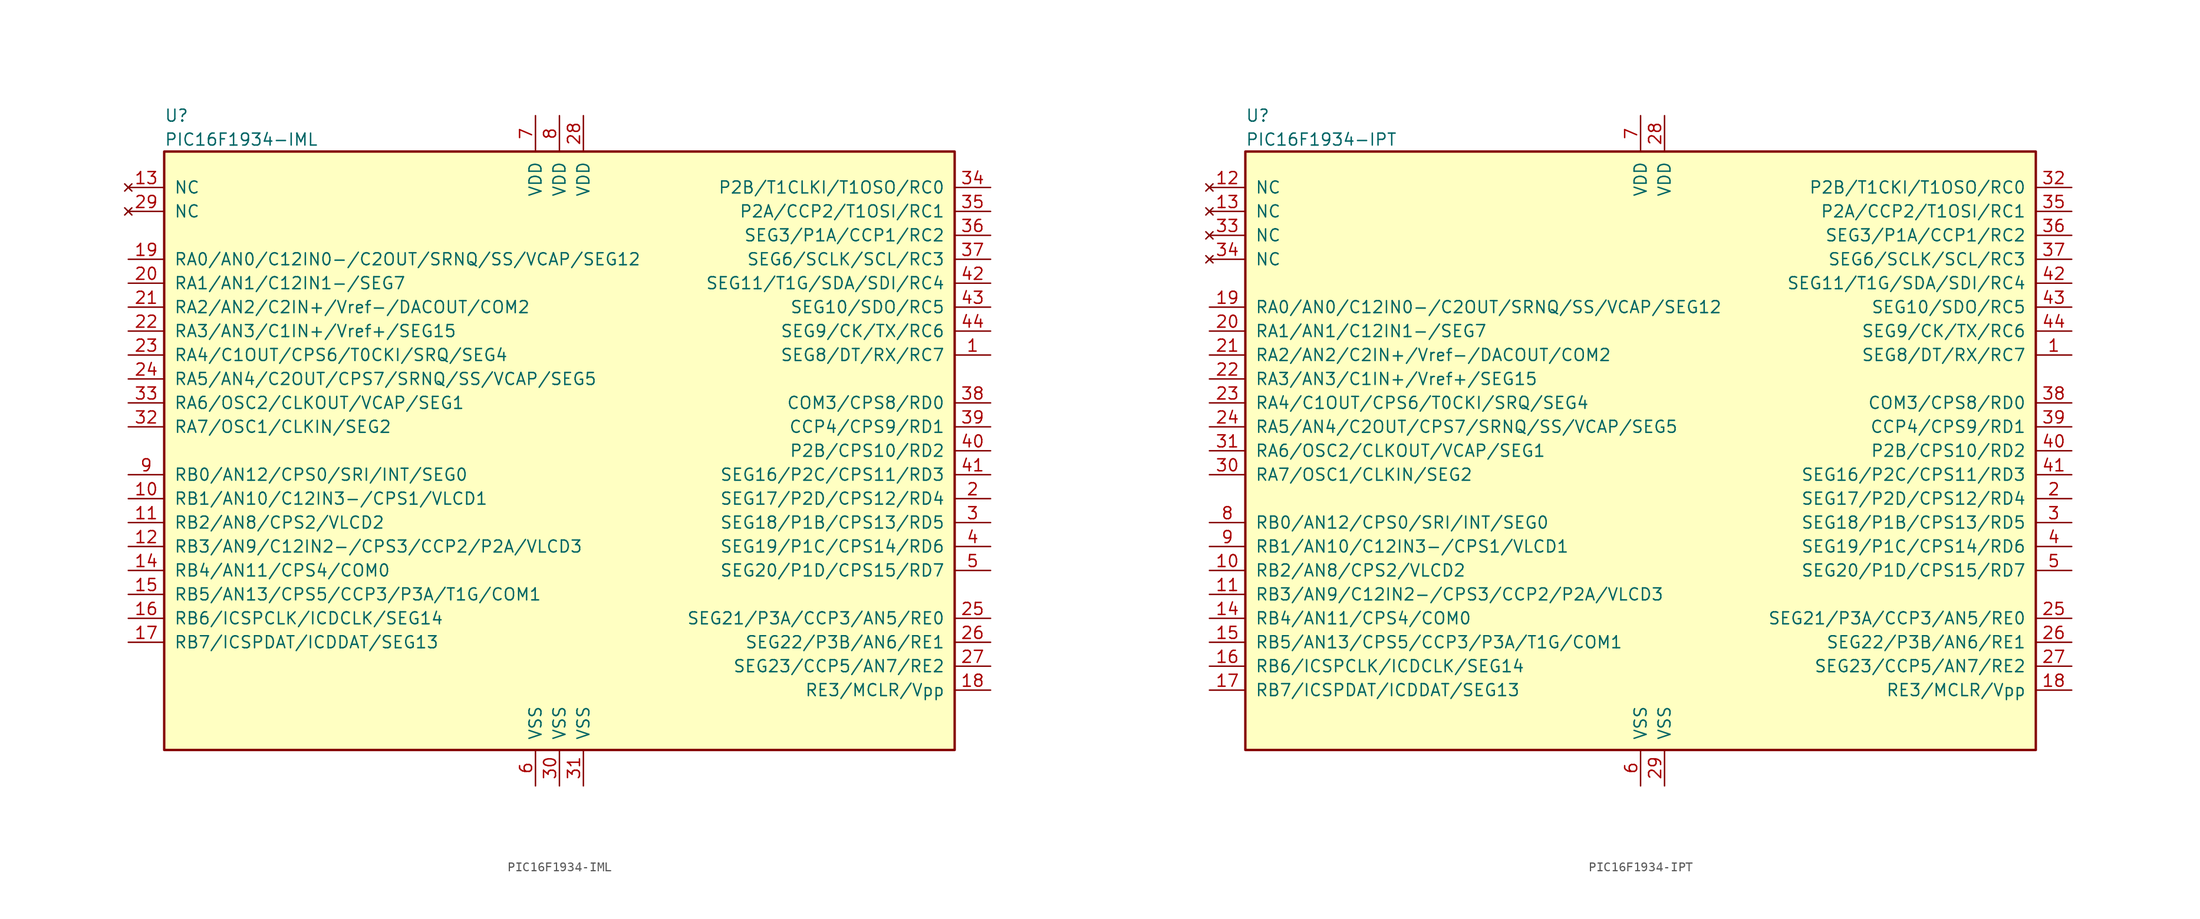
<source format=kicad_sym>
(kicad_symbol_lib
  (version 20220914)
  (generator kicad_symbol_editor)
  (symbol "PIC16F1934-IML"
    (pin_names
      (offset 1.016))
    (property "Reference" "U"
      (at -41.91 35.56 0)
      (effects (font (size 1.27 1.27)) (justify left)))
    (property "Value" "PIC16F1934-IML"
      (at -41.91 33.02 0)
      (effects (font (size 1.27 1.27)) (justify left)))
    (symbol "PIC16F1934-IML_0_1"
      (rectangle (start -41.91 31.75) (end 41.91 -31.75) (stroke (width 0.254) (type default)) (fill (type background))))
    (symbol "PIC16F1934-IML_1_1"
      (pin bidirectional line (at 45.72 10.16 180) (length 3.81) (name "SEG8/DT/RX/RC7" (effects (font (size 1.27 1.27)))) (number "1" (effects (font (size 1.27 1.27)))))
      (pin bidirectional line (at -45.72 -5.08 0) (length 3.81) (name "RB1/AN10/C12IN3-/CPS1/VLCD1" (effects (font (size 1.27 1.27)))) (number "10" (effects (font (size 1.27 1.27)))))
      (pin bidirectional line (at -45.72 -7.62 0) (length 3.81) (name "RB2/AN8/CPS2/VLCD2" (effects (font (size 1.27 1.27)))) (number "11" (effects (font (size 1.27 1.27)))))
      (pin bidirectional line (at -45.72 -10.16 0) (length 3.81) (name "RB3/AN9/C12IN2-/CPS3/CCP2/P2A/VLCD3" (effects (font (size 1.27 1.27)))) (number "12" (effects (font (size 1.27 1.27)))))
      (pin no_connect line (at -45.72 27.94 0) (length 3.81) (name "NC" (effects (font (size 1.27 1.27)))) (number "13" (effects (font (size 1.27 1.27)))))
      (pin bidirectional line (at -45.72 -12.7 0) (length 3.81) (name "RB4/AN11/CPS4/COM0" (effects (font (size 1.27 1.27)))) (number "14" (effects (font (size 1.27 1.27)))))
      (pin bidirectional line (at -45.72 -15.24 0) (length 3.81) (name "RB5/AN13/CPS5/CCP3/P3A/T1G/COM1" (effects (font (size 1.27 1.27)))) (number "15" (effects (font (size 1.27 1.27)))))
      (pin bidirectional line (at -45.72 -17.78 0) (length 3.81) (name "RB6/ICSPCLK/ICDCLK/SEG14" (effects (font (size 1.27 1.27)))) (number "16" (effects (font (size 1.27 1.27)))))
      (pin bidirectional line (at -45.72 -20.32 0) (length 3.81) (name "RB7/ICSPDAT/ICDDAT/SEG13" (effects (font (size 1.27 1.27)))) (number "17" (effects (font (size 1.27 1.27)))))
      (pin bidirectional line (at 45.72 -25.4 180) (length 3.81) (name "RE3/MCLR/Vpp" (effects (font (size 1.27 1.27)))) (number "18" (effects (font (size 1.27 1.27)))))
      (pin bidirectional line (at -45.72 20.32 0) (length 3.81) (name "RA0/AN0/C12IN0-/C2OUT/SRNQ/SS/VCAP/SEG12" (effects (font (size 1.27 1.27)))) (number "19" (effects (font (size 1.27 1.27)))))
      (pin bidirectional line (at 45.72 -5.08 180) (length 3.81) (name "SEG17/P2D/CPS12/RD4" (effects (font (size 1.27 1.27)))) (number "2" (effects (font (size 1.27 1.27)))))
      (pin bidirectional line (at -45.72 17.78 0) (length 3.81) (name "RA1/AN1/C12IN1-/SEG7" (effects (font (size 1.27 1.27)))) (number "20" (effects (font (size 1.27 1.27)))))
      (pin bidirectional line (at -45.72 15.24 0) (length 3.81) (name "RA2/AN2/C2IN+/Vref-/DACOUT/COM2" (effects (font (size 1.27 1.27)))) (number "21" (effects (font (size 1.27 1.27)))))
      (pin bidirectional line (at -45.72 12.7 0) (length 3.81) (name "RA3/AN3/C1IN+/Vref+/SEG15" (effects (font (size 1.27 1.27)))) (number "22" (effects (font (size 1.27 1.27)))))
      (pin bidirectional line (at -45.72 10.16 0) (length 3.81) (name "RA4/C1OUT/CPS6/T0CKI/SRQ/SEG4" (effects (font (size 1.27 1.27)))) (number "23" (effects (font (size 1.27 1.27)))))
      (pin bidirectional line (at -45.72 7.62 0) (length 3.81) (name "RA5/AN4/C2OUT/CPS7/SRNQ/SS/VCAP/SEG5" (effects (font (size 1.27 1.27)))) (number "24" (effects (font (size 1.27 1.27)))))
      (pin bidirectional line (at 45.72 -17.78 180) (length 3.81) (name "SEG21/P3A/CCP3/AN5/RE0" (effects (font (size 1.27 1.27)))) (number "25" (effects (font (size 1.27 1.27)))))
      (pin bidirectional line (at 45.72 -20.32 180) (length 3.81) (name "SEG22/P3B/AN6/RE1" (effects (font (size 1.27 1.27)))) (number "26" (effects (font (size 1.27 1.27)))))
      (pin bidirectional line (at 45.72 -22.86 180) (length 3.81) (name "SEG23/CCP5/AN7/RE2" (effects (font (size 1.27 1.27)))) (number "27" (effects (font (size 1.27 1.27)))))
      (pin power_in line (at 2.54 35.56 270) (length 3.81) (name "VDD" (effects (font (size 1.27 1.27)))) (number "28" (effects (font (size 1.27 1.27)))))
      (pin no_connect line (at -45.72 25.4 0) (length 3.81) (name "NC" (effects (font (size 1.27 1.27)))) (number "29" (effects (font (size 1.27 1.27)))))
      (pin bidirectional line (at 45.72 -7.62 180) (length 3.81) (name "SEG18/P1B/CPS13/RD5" (effects (font (size 1.27 1.27)))) (number "3" (effects (font (size 1.27 1.27)))))
      (pin power_in line (at 0 -35.56 90) (length 3.81) (name "VSS" (effects (font (size 1.27 1.27)))) (number "30" (effects (font (size 1.27 1.27)))))
      (pin power_in line (at 2.54 -35.56 90) (length 3.81) (name "VSS" (effects (font (size 1.27 1.27)))) (number "31" (effects (font (size 1.27 1.27)))))
      (pin bidirectional line (at -45.72 2.54 0) (length 3.81) (name "RA7/OSC1/CLKIN/SEG2" (effects (font (size 1.27 1.27)))) (number "32" (effects (font (size 1.27 1.27)))))
      (pin bidirectional line (at -45.72 5.08 0) (length 3.81) (name "RA6/OSC2/CLKOUT/VCAP/SEG1" (effects (font (size 1.27 1.27)))) (number "33" (effects (font (size 1.27 1.27)))))
      (pin bidirectional line (at 45.72 27.94 180) (length 3.81) (name "P2B/T1CLKI/T1OSO/RC0" (effects (font (size 1.27 1.27)))) (number "34" (effects (font (size 1.27 1.27)))))
      (pin bidirectional line (at 45.72 25.4 180) (length 3.81) (name "P2A/CCP2/T1OSI/RC1" (effects (font (size 1.27 1.27)))) (number "35" (effects (font (size 1.27 1.27)))))
      (pin bidirectional line (at 45.72 22.86 180) (length 3.81) (name "SEG3/P1A/CCP1/RC2" (effects (font (size 1.27 1.27)))) (number "36" (effects (font (size 1.27 1.27)))))
      (pin bidirectional line (at 45.72 20.32 180) (length 3.81) (name "SEG6/SCLK/SCL/RC3" (effects (font (size 1.27 1.27)))) (number "37" (effects (font (size 1.27 1.27)))))
      (pin bidirectional line (at 45.72 5.08 180) (length 3.81) (name "COM3/CPS8/RD0" (effects (font (size 1.27 1.27)))) (number "38" (effects (font (size 1.27 1.27)))))
      (pin bidirectional line (at 45.72 2.54 180) (length 3.81) (name "CCP4/CPS9/RD1" (effects (font (size 1.27 1.27)))) (number "39" (effects (font (size 1.27 1.27)))))
      (pin bidirectional line (at 45.72 -10.16 180) (length 3.81) (name "SEG19/P1C/CPS14/RD6" (effects (font (size 1.27 1.27)))) (number "4" (effects (font (size 1.27 1.27)))))
      (pin bidirectional line (at 45.72 0 180) (length 3.81) (name "P2B/CPS10/RD2" (effects (font (size 1.27 1.27)))) (number "40" (effects (font (size 1.27 1.27)))))
      (pin bidirectional line (at 45.72 -2.54 180) (length 3.81) (name "SEG16/P2C/CPS11/RD3" (effects (font (size 1.27 1.27)))) (number "41" (effects (font (size 1.27 1.27)))))
      (pin bidirectional line (at 45.72 17.78 180) (length 3.81) (name "SEG11/T1G/SDA/SDI/RC4" (effects (font (size 1.27 1.27)))) (number "42" (effects (font (size 1.27 1.27)))))
      (pin bidirectional line (at 45.72 15.24 180) (length 3.81) (name "SEG10/SDO/RC5" (effects (font (size 1.27 1.27)))) (number "43" (effects (font (size 1.27 1.27)))))
      (pin bidirectional line (at 45.72 12.7 180) (length 3.81) (name "SEG9/CK/TX/RC6" (effects (font (size 1.27 1.27)))) (number "44" (effects (font (size 1.27 1.27)))))
      (pin bidirectional line (at 45.72 -12.7 180) (length 3.81) (name "SEG20/P1D/CPS15/RD7" (effects (font (size 1.27 1.27)))) (number "5" (effects (font (size 1.27 1.27)))))
      (pin bidirectional line (at -2.54 -35.56 90) (length 3.81) (name "VSS" (effects (font (size 1.27 1.27)))) (number "6" (effects (font (size 1.27 1.27)))))
      (pin bidirectional line (at -2.54 35.56 270) (length 3.81) (name "VDD" (effects (font (size 1.27 1.27)))) (number "7" (effects (font (size 1.27 1.27)))))
      (pin bidirectional line (at 0 35.56 270) (length 3.81) (name "VDD" (effects (font (size 1.27 1.27)))) (number "8" (effects (font (size 1.27 1.27)))))
      (pin bidirectional line (at -45.72 -2.54 0) (length 3.81) (name "RB0/AN12/CPS0/SRI/INT/SEG0" (effects (font (size 1.27 1.27)))) (number "9" (effects (font (size 1.27 1.27)))))))
  (symbol "PIC16F1934-IPT"
    (pin_names
      (offset 1.016))
    (property "Reference" "U"
      (at -41.91 35.56 0)
      (effects (font (size 1.27 1.27)) (justify left)))
    (property "Value" "PIC16F1934-IPT"
      (at -41.91 33.02 0)
      (effects (font (size 1.27 1.27)) (justify left)))
    (symbol "PIC16F1934-IPT_0_1"
      (rectangle (start -41.91 31.75) (end 41.91 -31.75) (stroke (width 0.254) (type default)) (fill (type background))))
    (symbol "PIC16F1934-IPT_1_1"
      (pin bidirectional line (at 45.72 10.16 180) (length 3.81) (name "SEG8/DT/RX/RC7" (effects (font (size 1.27 1.27)))) (number "1" (effects (font (size 1.27 1.27)))))
      (pin bidirectional line (at -45.72 -12.7 0) (length 3.81) (name "RB2/AN8/CPS2/VLCD2" (effects (font (size 1.27 1.27)))) (number "10" (effects (font (size 1.27 1.27)))))
      (pin bidirectional line (at -45.72 -15.24 0) (length 3.81) (name "RB3/AN9/C12IN2-/CPS3/CCP2/P2A/VLCD3" (effects (font (size 1.27 1.27)))) (number "11" (effects (font (size 1.27 1.27)))))
      (pin no_connect line (at -45.72 27.94 0) (length 3.81) (name "NC" (effects (font (size 1.27 1.27)))) (number "12" (effects (font (size 1.27 1.27)))))
      (pin no_connect line (at -45.72 25.4 0) (length 3.81) (name "NC" (effects (font (size 1.27 1.27)))) (number "13" (effects (font (size 1.27 1.27)))))
      (pin bidirectional line (at -45.72 -17.78 0) (length 3.81) (name "RB4/AN11/CPS4/COM0" (effects (font (size 1.27 1.27)))) (number "14" (effects (font (size 1.27 1.27)))))
      (pin bidirectional line (at -45.72 -20.32 0) (length 3.81) (name "RB5/AN13/CPS5/CCP3/P3A/T1G/COM1" (effects (font (size 1.27 1.27)))) (number "15" (effects (font (size 1.27 1.27)))))
      (pin bidirectional line (at -45.72 -22.86 0) (length 3.81) (name "RB6/ICSPCLK/ICDCLK/SEG14" (effects (font (size 1.27 1.27)))) (number "16" (effects (font (size 1.27 1.27)))))
      (pin bidirectional line (at -45.72 -25.4 0) (length 3.81) (name "RB7/ICSPDAT/ICDDAT/SEG13" (effects (font (size 1.27 1.27)))) (number "17" (effects (font (size 1.27 1.27)))))
      (pin bidirectional line (at 45.72 -25.4 180) (length 3.81) (name "RE3/MCLR/Vpp" (effects (font (size 1.27 1.27)))) (number "18" (effects (font (size 1.27 1.27)))))
      (pin bidirectional line (at -45.72 15.24 0) (length 3.81) (name "RA0/AN0/C12IN0-/C2OUT/SRNQ/SS/VCAP/SEG12" (effects (font (size 1.27 1.27)))) (number "19" (effects (font (size 1.27 1.27)))))
      (pin bidirectional line (at 45.72 -5.08 180) (length 3.81) (name "SEG17/P2D/CPS12/RD4" (effects (font (size 1.27 1.27)))) (number "2" (effects (font (size 1.27 1.27)))))
      (pin bidirectional line (at -45.72 12.7 0) (length 3.81) (name "RA1/AN1/C12IN1-/SEG7" (effects (font (size 1.27 1.27)))) (number "20" (effects (font (size 1.27 1.27)))))
      (pin bidirectional line (at -45.72 10.16 0) (length 3.81) (name "RA2/AN2/C2IN+/Vref-/DACOUT/COM2" (effects (font (size 1.27 1.27)))) (number "21" (effects (font (size 1.27 1.27)))))
      (pin bidirectional line (at -45.72 7.62 0) (length 3.81) (name "RA3/AN3/C1IN+/Vref+/SEG15" (effects (font (size 1.27 1.27)))) (number "22" (effects (font (size 1.27 1.27)))))
      (pin bidirectional line (at -45.72 5.08 0) (length 3.81) (name "RA4/C1OUT/CPS6/T0CKI/SRQ/SEG4" (effects (font (size 1.27 1.27)))) (number "23" (effects (font (size 1.27 1.27)))))
      (pin bidirectional line (at -45.72 2.54 0) (length 3.81) (name "RA5/AN4/C2OUT/CPS7/SRNQ/SS/VCAP/SEG5" (effects (font (size 1.27 1.27)))) (number "24" (effects (font (size 1.27 1.27)))))
      (pin bidirectional line (at 45.72 -17.78 180) (length 3.81) (name "SEG21/P3A/CCP3/AN5/RE0" (effects (font (size 1.27 1.27)))) (number "25" (effects (font (size 1.27 1.27)))))
      (pin bidirectional line (at 45.72 -20.32 180) (length 3.81) (name "SEG22/P3B/AN6/RE1" (effects (font (size 1.27 1.27)))) (number "26" (effects (font (size 1.27 1.27)))))
      (pin bidirectional line (at 45.72 -22.86 180) (length 3.81) (name "SEG23/CCP5/AN7/RE2" (effects (font (size 1.27 1.27)))) (number "27" (effects (font (size 1.27 1.27)))))
      (pin power_in line (at 2.54 35.56 270) (length 3.81) (name "VDD" (effects (font (size 1.27 1.27)))) (number "28" (effects (font (size 1.27 1.27)))))
      (pin power_in line (at 2.54 -35.56 90) (length 3.81) (name "VSS" (effects (font (size 1.27 1.27)))) (number "29" (effects (font (size 1.27 1.27)))))
      (pin bidirectional line (at 45.72 -7.62 180) (length 3.81) (name "SEG18/P1B/CPS13/RD5" (effects (font (size 1.27 1.27)))) (number "3" (effects (font (size 1.27 1.27)))))
      (pin bidirectional line (at -45.72 -2.54 0) (length 3.81) (name "RA7/OSC1/CLKIN/SEG2" (effects (font (size 1.27 1.27)))) (number "30" (effects (font (size 1.27 1.27)))))
      (pin bidirectional line (at -45.72 0 0) (length 3.81) (name "RA6/OSC2/CLKOUT/VCAP/SEG1" (effects (font (size 1.27 1.27)))) (number "31" (effects (font (size 1.27 1.27)))))
      (pin bidirectional line (at 45.72 27.94 180) (length 3.81) (name "P2B/T1CKI/T1OSO/RC0" (effects (font (size 1.27 1.27)))) (number "32" (effects (font (size 1.27 1.27)))))
      (pin no_connect line (at -45.72 22.86 0) (length 3.81) (name "NC" (effects (font (size 1.27 1.27)))) (number "33" (effects (font (size 1.27 1.27)))))
      (pin no_connect line (at -45.72 20.32 0) (length 3.81) (name "NC" (effects (font (size 1.27 1.27)))) (number "34" (effects (font (size 1.27 1.27)))))
      (pin bidirectional line (at 45.72 25.4 180) (length 3.81) (name "P2A/CCP2/T1OSI/RC1" (effects (font (size 1.27 1.27)))) (number "35" (effects (font (size 1.27 1.27)))))
      (pin bidirectional line (at 45.72 22.86 180) (length 3.81) (name "SEG3/P1A/CCP1/RC2" (effects (font (size 1.27 1.27)))) (number "36" (effects (font (size 1.27 1.27)))))
      (pin bidirectional line (at 45.72 20.32 180) (length 3.81) (name "SEG6/SCLK/SCL/RC3" (effects (font (size 1.27 1.27)))) (number "37" (effects (font (size 1.27 1.27)))))
      (pin bidirectional line (at 45.72 5.08 180) (length 3.81) (name "COM3/CPS8/RD0" (effects (font (size 1.27 1.27)))) (number "38" (effects (font (size 1.27 1.27)))))
      (pin bidirectional line (at 45.72 2.54 180) (length 3.81) (name "CCP4/CPS9/RD1" (effects (font (size 1.27 1.27)))) (number "39" (effects (font (size 1.27 1.27)))))
      (pin bidirectional line (at 45.72 -10.16 180) (length 3.81) (name "SEG19/P1C/CPS14/RD6" (effects (font (size 1.27 1.27)))) (number "4" (effects (font (size 1.27 1.27)))))
      (pin bidirectional line (at 45.72 0 180) (length 3.81) (name "P2B/CPS10/RD2" (effects (font (size 1.27 1.27)))) (number "40" (effects (font (size 1.27 1.27)))))
      (pin bidirectional line (at 45.72 -2.54 180) (length 3.81) (name "SEG16/P2C/CPS11/RD3" (effects (font (size 1.27 1.27)))) (number "41" (effects (font (size 1.27 1.27)))))
      (pin bidirectional line (at 45.72 17.78 180) (length 3.81) (name "SEG11/T1G/SDA/SDI/RC4" (effects (font (size 1.27 1.27)))) (number "42" (effects (font (size 1.27 1.27)))))
      (pin bidirectional line (at 45.72 15.24 180) (length 3.81) (name "SEG10/SDO/RC5" (effects (font (size 1.27 1.27)))) (number "43" (effects (font (size 1.27 1.27)))))
      (pin bidirectional line (at 45.72 12.7 180) (length 3.81) (name "SEG9/CK/TX/RC6" (effects (font (size 1.27 1.27)))) (number "44" (effects (font (size 1.27 1.27)))))
      (pin bidirectional line (at 45.72 -12.7 180) (length 3.81) (name "SEG20/P1D/CPS15/RD7" (effects (font (size 1.27 1.27)))) (number "5" (effects (font (size 1.27 1.27)))))
      (pin bidirectional line (at 0 -35.56 90) (length 3.81) (name "VSS" (effects (font (size 1.27 1.27)))) (number "6" (effects (font (size 1.27 1.27)))))
      (pin bidirectional line (at 0 35.56 270) (length 3.81) (name "VDD" (effects (font (size 1.27 1.27)))) (number "7" (effects (font (size 1.27 1.27)))))
      (pin bidirectional line (at -45.72 -7.62 0) (length 3.81) (name "RB0/AN12/CPS0/SRI/INT/SEG0" (effects (font (size 1.27 1.27)))) (number "8" (effects (font (size 1.27 1.27)))))
      (pin bidirectional line (at -45.72 -10.16 0) (length 3.81) (name "RB1/AN10/C12IN3-/CPS1/VLCD1" (effects (font (size 1.27 1.27)))) (number "9" (effects (font (size 1.27 1.27))))))))
</source>
